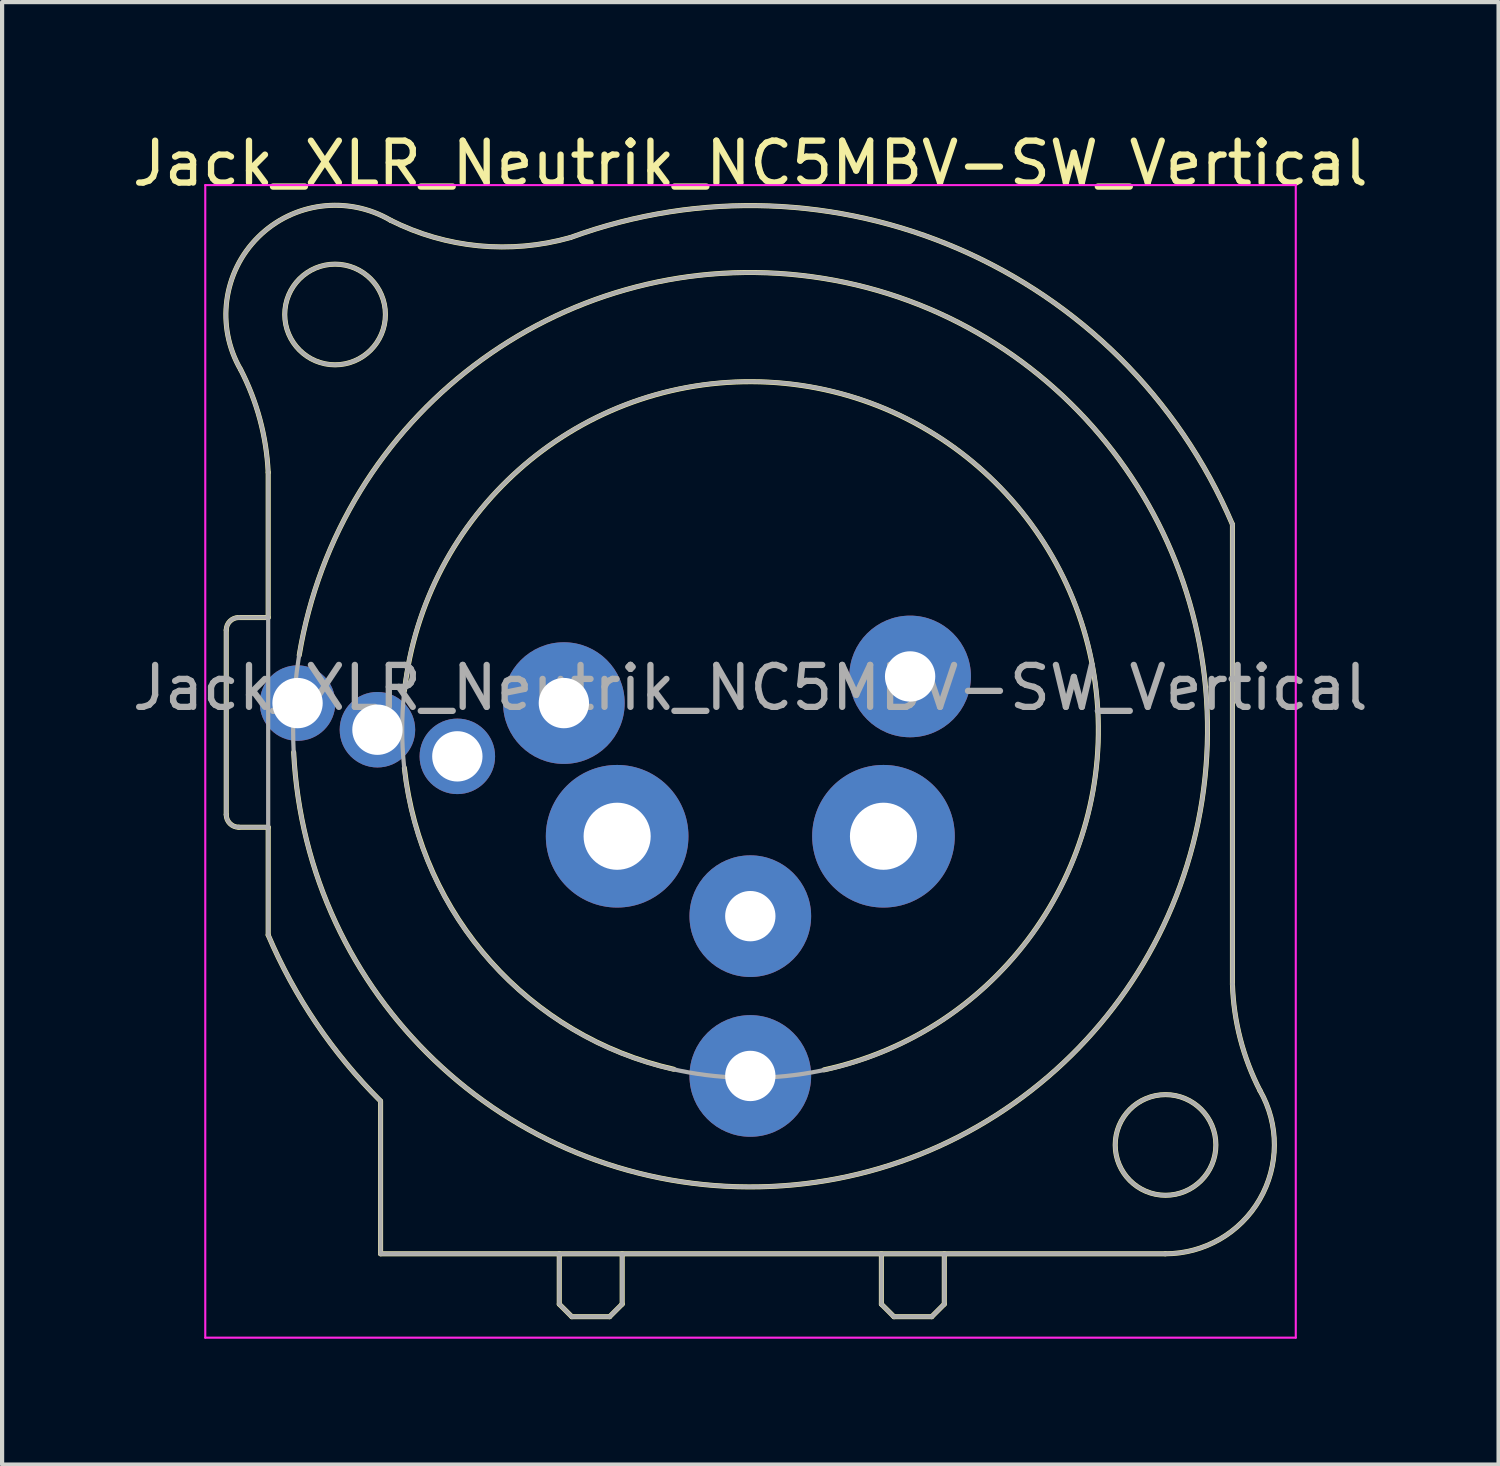
<source format=kicad_pcb>
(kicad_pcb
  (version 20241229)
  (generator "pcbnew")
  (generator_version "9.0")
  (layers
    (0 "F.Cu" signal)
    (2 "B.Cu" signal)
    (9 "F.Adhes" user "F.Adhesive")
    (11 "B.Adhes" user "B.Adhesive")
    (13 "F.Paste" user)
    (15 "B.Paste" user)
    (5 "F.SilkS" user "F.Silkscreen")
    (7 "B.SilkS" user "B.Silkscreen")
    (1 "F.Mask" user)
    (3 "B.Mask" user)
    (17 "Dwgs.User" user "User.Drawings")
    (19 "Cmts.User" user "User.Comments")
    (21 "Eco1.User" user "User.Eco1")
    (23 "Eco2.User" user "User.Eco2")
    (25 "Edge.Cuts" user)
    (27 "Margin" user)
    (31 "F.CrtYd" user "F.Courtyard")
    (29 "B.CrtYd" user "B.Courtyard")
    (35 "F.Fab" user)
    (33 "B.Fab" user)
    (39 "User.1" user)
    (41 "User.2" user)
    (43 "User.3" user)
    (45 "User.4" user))
  (footprint "Jack_XLR_Neutrik_NC5MBV-SW_Vertical"
    (layer "F.Cu")
    (at 10.394 13.713)
    (property "Reference" "Jack_XLR_Neutrik_NC5MBV-SW_Vertical" (at 4.445 -12.865 0) (layer "F.SilkS") (effects (font (size 1 1) (thickness 0.15))))
    (attr through_hole)
    (fp_line (start -8.05 -1.74) (end -8.05 2.66) (stroke (width 0.12) (type solid)) (layer "F.SilkS"))
    (fp_line (start -7.75 2.96) (end -7.05 2.96) (stroke (width 0.12) (type solid)) (layer "F.SilkS"))
    (fp_line (start -7.05 -5.5) (end -7.05 -2.04) (stroke (width 0.12) (type solid)) (layer "F.SilkS"))
    (fp_line (start -7.05 -2.04) (end -7.75 -2.04) (stroke (width 0.12) (type solid)) (layer "F.SilkS"))
    (fp_line (start -7.05 2.96) (end -7.05 5.53) (stroke (width 0.12) (type solid)) (layer "F.SilkS"))
    (fp_line (start -4.37 13.13) (end -4.37 9.49) (stroke (width 0.12) (type solid)) (layer "F.SilkS"))
    (fp_line (start -0.11 13.13) (end -0.11 14.33) (stroke (width 0.12) (type solid)) (layer "F.SilkS"))
    (fp_line (start -0.11 14.33) (end 0.19 14.63) (stroke (width 0.12) (type solid)) (layer "F.SilkS"))
    (fp_line (start 0.19 14.63) (end 1.09 14.63) (stroke (width 0.12) (type solid)) (layer "F.SilkS"))
    (fp_line (start 1.39 13.13) (end 1.39 14.33) (stroke (width 0.12) (type solid)) (layer "F.SilkS"))
    (fp_line (start 1.39 14.33) (end 1.09 14.63) (stroke (width 0.12) (type solid)) (layer "F.SilkS"))
    (fp_line (start 7.57 13.13) (end 7.57 14.33) (stroke (width 0.12) (type solid)) (layer "F.SilkS"))
    (fp_line (start 7.57 14.33) (end 7.87 14.63) (stroke (width 0.12) (type solid)) (layer "F.SilkS"))
    (fp_line (start 8.77 14.63) (end 7.87 14.63) (stroke (width 0.12) (type solid)) (layer "F.SilkS"))
    (fp_line (start 9.07 13.13) (end 9.07 14.33) (stroke (width 0.12) (type solid)) (layer "F.SilkS"))
    (fp_line (start 9.07 14.33) (end 8.77 14.63) (stroke (width 0.12) (type solid)) (layer "F.SilkS"))
    (fp_line (start 14.34 13.13) (end -4.37 13.13) (stroke (width 0.12) (type solid)) (layer "F.SilkS"))
    (fp_line (start 15.94 6.7) (end 15.94 -4.26) (stroke (width 0.12) (type solid)) (layer "F.SilkS"))
    (fp_arc (start -8.05 -1.74) (mid -7.962132 -1.952132) (end -7.75 -2.04) (stroke (width 0.12) (type solid)) (layer "F.SilkS"))
    (fp_arc (start -7.75 2.96) (mid -7.962132 2.872132) (end -8.05 2.66) (stroke (width 0.12) (type solid)) (layer "F.SilkS"))
    (fp_arc (start -7.706823 -7.951699) (mid -7.289779 -11.109355) (end -4.13 -11.51) (stroke (width 0.12) (type solid)) (layer "F.SilkS"))
    (fp_arc (start -7.706604 -7.951457) (mid -7.246227 -6.761104) (end -7.05 -5.5) (stroke (width 0.12) (type solid)) (layer "F.SilkS"))
    (fp_arc (start -6.31 -1.14) (mid 15.327723 1.25708) (end -6.442209 1.172885) (stroke (width 0.12) (type solid)) (layer "F.SilkS"))
    (fp_arc (start -4.379279 9.479668) (mid -5.904794 7.633415) (end -7.05 5.53) (stroke (width 0.12) (type solid)) (layer "F.SilkS"))
    (fp_arc (start -3.8 -0.3) (mid 10.010227 -5.519876) (end 6.202812 8.744522) (stroke (width 0.12) (type solid)) (layer "F.SilkS"))
    (fp_arc (start 0.152098 -11.098604) (mid -2.027539 -10.902648) (end -4.13 -11.51) (stroke (width 0.12) (type solid)) (layer "F.SilkS"))
    (fp_arc (start 0.15831 -11.100431) (mid 9.413683 -10.828344) (end 15.94 -4.26) (stroke (width 0.12) (type solid)) (layer "F.SilkS"))
    (fp_arc (start 2.62 8.73) (mid -1.741551 6.165482) (end -3.803135 1.544903) (stroke (width 0.12) (type solid)) (layer "F.SilkS"))
    (fp_arc (start 16.598442 9.241807) (mid 16.588255 11.83589) (end 14.34 13.13) (stroke (width 0.12) (type solid)) (layer "F.SilkS"))
    (fp_arc (start 16.598586 9.242376) (mid 16.12783 8.007833) (end 15.94 6.7) (stroke (width 0.12) (type solid)) (layer "F.SilkS"))
    (fp_circle (center -5.455 -9.265) (end -4.255 -9.265) (stroke (width 0.12) (type solid)) (fill no) (layer "F.SilkS"))
    (fp_circle (center 14.345 10.535) (end 15.545 10.535) (stroke (width 0.12) (type solid)) (fill no) (layer "F.SilkS"))
    (fp_line (start -8.55 -12.35) (end 17.45 -12.35) (stroke (width 0.05) (type solid)) (layer "F.CrtYd"))
    (fp_line (start -8.55 15.13) (end -8.55 -12.35) (stroke (width 0.05) (type solid)) (layer "F.CrtYd"))
    (fp_line (start 17.45 -12.35) (end 17.45 15.13) (stroke (width 0.05) (type solid)) (layer "F.CrtYd"))
    (fp_line (start 17.45 15.13) (end -8.55 15.13) (stroke (width 0.05) (type solid)) (layer "F.CrtYd"))
    (fp_line (start -8.05 -1.74) (end -8.05 2.66) (stroke (width 0.1) (type solid)) (layer "F.Fab"))
    (fp_line (start -7.75 2.96) (end -7.05 2.96) (stroke (width 0.1) (type solid)) (layer "F.Fab"))
    (fp_line (start -7.05 -5.5) (end -7.05 5.53) (stroke (width 0.1) (type solid)) (layer "F.Fab"))
    (fp_line (start -7.05 -2.04) (end -7.75 -2.04) (stroke (width 0.1) (type solid)) (layer "F.Fab"))
    (fp_line (start -4.37 13.13) (end -4.37 9.49) (stroke (width 0.1) (type solid)) (layer "F.Fab"))
    (fp_line (start -0.11 13.13) (end -0.11 14.33) (stroke (width 0.1) (type solid)) (layer "F.Fab"))
    (fp_line (start -0.11 14.33) (end 0.19 14.63) (stroke (width 0.1) (type solid)) (layer "F.Fab"))
    (fp_line (start 0.19 14.63) (end 1.09 14.63) (stroke (width 0.1) (type solid)) (layer "F.Fab"))
    (fp_line (start 1.39 13.13) (end 1.39 14.33) (stroke (width 0.1) (type solid)) (layer "F.Fab"))
    (fp_line (start 1.39 14.33) (end 1.09 14.63) (stroke (width 0.1) (type solid)) (layer "F.Fab"))
    (fp_line (start 7.57 13.13) (end 7.57 14.33) (stroke (width 0.1) (type solid)) (layer "F.Fab"))
    (fp_line (start 7.57 14.33) (end 7.87 14.63) (stroke (width 0.1) (type solid)) (layer "F.Fab"))
    (fp_line (start 8.77 14.63) (end 7.87 14.63) (stroke (width 0.1) (type solid)) (layer "F.Fab"))
    (fp_line (start 9.07 13.13) (end 9.07 14.33) (stroke (width 0.1) (type solid)) (layer "F.Fab"))
    (fp_line (start 9.07 14.33) (end 8.77 14.63) (stroke (width 0.1) (type solid)) (layer "F.Fab"))
    (fp_line (start 14.34 13.13) (end -4.37 13.13) (stroke (width 0.1) (type solid)) (layer "F.Fab"))
    (fp_line (start 15.94 6.7) (end 15.94 -4.26) (stroke (width 0.1) (type solid)) (layer "F.Fab"))
    (fp_arc (start -8.05 -1.74) (mid -7.962132 -1.952132) (end -7.75 -2.04) (stroke (width 0.1) (type solid)) (layer "F.Fab"))
    (fp_arc (start -7.75 2.96) (mid -7.962132 2.872132) (end -8.05 2.66) (stroke (width 0.1) (type solid)) (layer "F.Fab"))
    (fp_arc (start -7.706823 -7.951699) (mid -7.289779 -11.109355) (end -4.13 -11.51) (stroke (width 0.1) (type solid)) (layer "F.Fab"))
    (fp_arc (start -7.706604 -7.951457) (mid -7.246227 -6.761104) (end -7.05 -5.5) (stroke (width 0.1) (type solid)) (layer "F.Fab"))
    (fp_arc (start -4.379279 9.479668) (mid -5.904794 7.633415) (end -7.05 5.53) (stroke (width 0.1) (type solid)) (layer "F.Fab"))
    (fp_arc (start 0.152098 -11.098604) (mid -2.027539 -10.902648) (end -4.13 -11.51) (stroke (width 0.1) (type solid)) (layer "F.Fab"))
    (fp_arc (start 0.15831 -11.100431) (mid 9.413683 -10.828344) (end 15.94 -4.26) (stroke (width 0.1) (type solid)) (layer "F.Fab"))
    (fp_arc (start 16.598442 9.241807) (mid 16.588255 11.83589) (end 14.34 13.13) (stroke (width 0.1) (type solid)) (layer "F.Fab"))
    (fp_arc (start 16.598586 9.242376) (mid 16.12783 8.007833) (end 15.94 6.7) (stroke (width 0.1) (type solid)) (layer "F.Fab"))
    (fp_circle (center -5.455 -9.265) (end -4.255 -9.265) (stroke (width 0.1) (type solid)) (fill no) (layer "F.Fab"))
    (fp_circle (center 4.445 0.635) (end 12.745 0.635) (stroke (width 0.1) (type solid)) (fill no) (layer "F.Fab"))
    (fp_circle (center 4.445 0.635) (end 15.345 0.635) (stroke (width 0.1) (type solid)) (fill no) (layer "F.Fab"))
    (fp_circle (center 14.345 10.535) (end 15.545 10.535) (stroke (width 0.1) (type solid)) (fill no) (layer "F.Fab"))
    (fp_text user "${REFERENCE}" (at 4.445 -0.365 0) (layer "F.Fab") (effects (font (size 1 1) (thickness 0.15))))
    (pad "1" thru_hole circle (at 0 0) (size 2.9 2.9) (drill 1.2) (layers "*.Cu" "*.Mask"))
    (pad "2" thru_hole circle (at 1.27 3.175) (size 3.4 3.4) (drill 1.6) (layers "*.Cu" "*.Mask"))
    (pad "3" thru_hole circle (at 4.445 5.08) (size 2.9 2.9) (drill 1.2) (layers "*.Cu" "*.Mask"))
    (pad "4" thru_hole circle (at 7.62 3.175) (size 3.4 3.4) (drill 1.6) (layers "*.Cu" "*.Mask"))
    (pad "5" thru_hole circle (at 8.255 -0.635) (size 2.9 2.9) (drill 1.2) (layers "*.Cu" "*.Mask"))
    (pad "G" thru_hole circle (at 4.445 8.89) (size 2.9 2.9) (drill 1.2) (layers "*.Cu" "*.Mask"))
    (pad "N" thru_hole circle (at -4.445 0.635) (size 1.8 1.8) (drill 1.2) (layers "*.Cu" "*.Mask"))
    (pad "NC" thru_hole circle (at -2.54 1.27) (size 1.8 1.8) (drill 1.2) (layers "*.Cu" "*.Mask"))
    (pad "NO" thru_hole circle (at -6.35 0) (size 1.8 1.8) (drill 1.2) (layers "*.Cu" "*.Mask")))
  (gr_rect
    (start -3 -3)
    (end 32.679 31.868)
    (stroke (width 0.1) (type default))
    (fill no)
    (layer "Edge.Cuts")))
</source>
